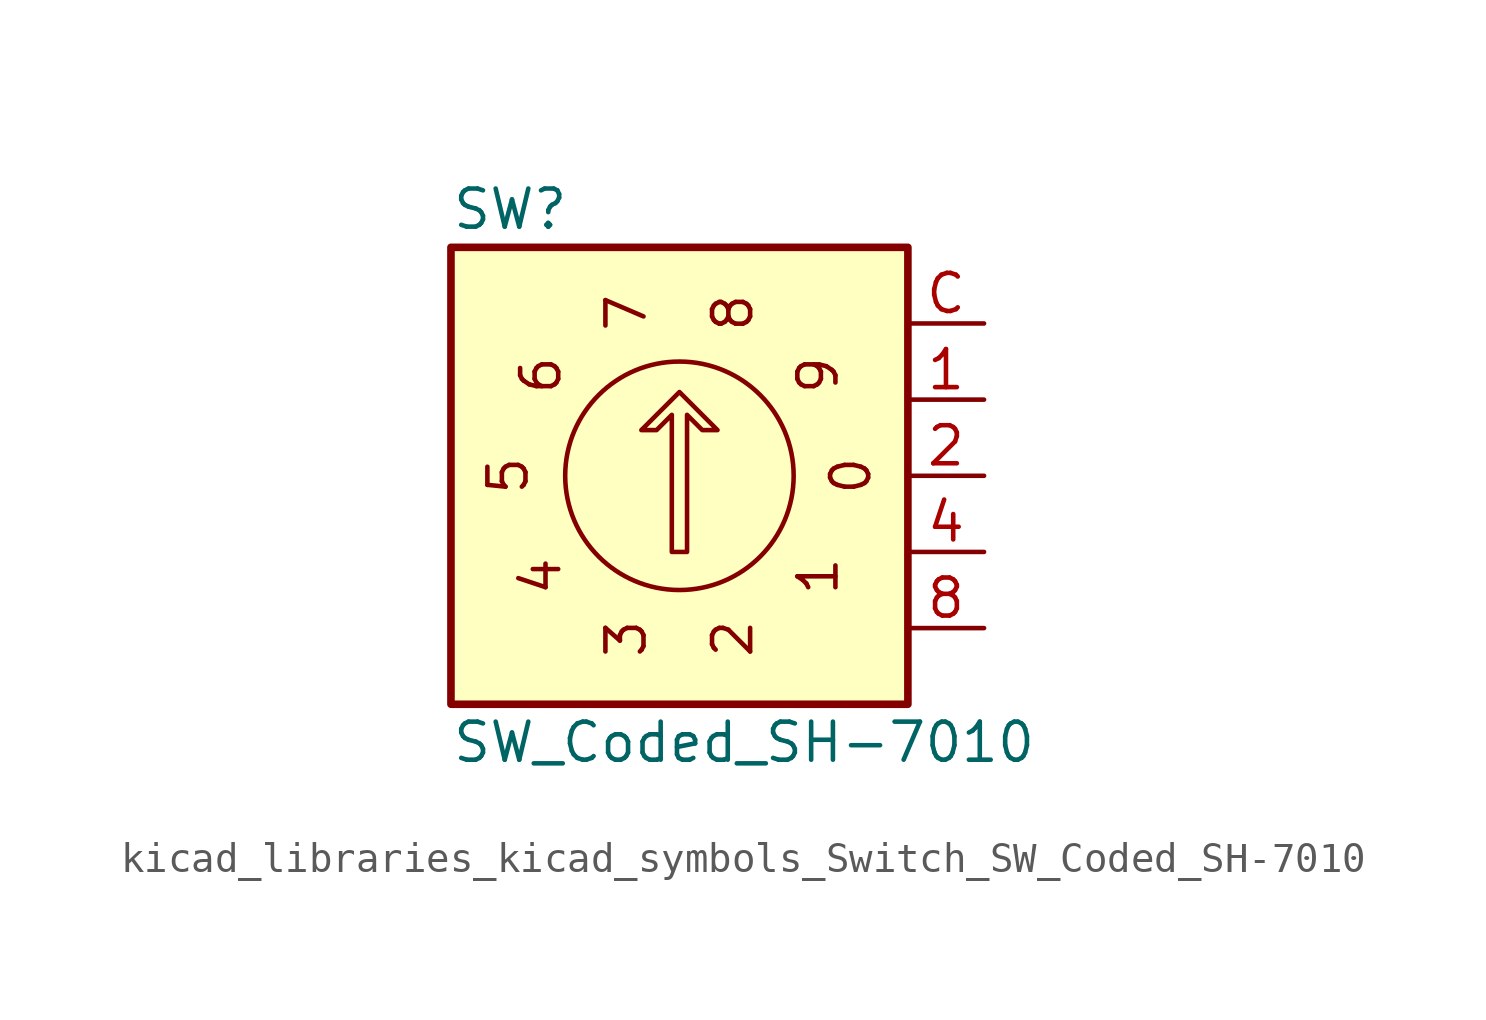
<source format=kicad_sym>
(kicad_symbol_lib
  (version 20220914)
  (generator kicad_symbol_editor)
  (symbol "kicad_libraries_kicad_symbols_Switch_SW_Coded_SH-7010"
    (pin_names hide)
    (property "Reference" "SW"
      (at -7.62 8.89 0)
      (effects (font (size 1.27 1.27)) (justify left)))
    (property "Value" "SW_Coded_SH-7010"
      (at -7.62 -8.89 0)
      (effects (font (size 1.27 1.27)) (justify left)))
    (symbol "kicad_libraries_kicad_symbols_Switch_SW_Coded_SH-7010_0_0"
      (text "0" (at 5.715 0 2700) (effects (font (size 1.27 1.27))))
      (text "1" (at 4.623 -3.353 2340) (effects (font (size 1.27 1.27))))
      (text "2" (at 1.778 -5.436 1980) (effects (font (size 1.27 1.27))))
      (text "3" (at -1.778 -5.436 1620) (effects (font (size 1.27 1.27))))
      (text "4" (at -4.623 -3.353 1260) (effects (font (size 1.27 1.27))))
      (text "5" (at -5.715 0 900) (effects (font (size 1.27 1.27))))
      (text "6" (at -4.623 3.353 540) (effects (font (size 1.27 1.27))))
      (text "7" (at -1.778 5.436 180) (effects (font (size 1.27 1.27))))
      (text "8" (at 1.778 5.436 3420) (effects (font (size 1.27 1.27))))
      (text "9" (at 4.623 3.353 3060) (effects (font (size 1.27 1.27)))))
    (symbol "kicad_libraries_kicad_symbols_Switch_SW_Coded_SH-7010_0_1"
      (polyline (pts (xy -0.254 -2.54) (xy -0.254 2.032) (xy -0.762 1.524) (xy -1.27 1.524) (xy 0 2.794) (xy 1.27 1.524) (xy 0.762 1.524) (xy 0.254 2.032) (xy 0.254 -2.54) (xy -0.254 -2.54) (xy -0.254 -2.54)) (stroke (width 0) (type default)) (fill (type none)))
      (circle (center 0 0) (radius 3.81) (stroke (width 0) (type default)) (fill (type none)))
      (rectangle (start 7.62 7.62) (end -7.62 -7.62) (stroke (width 0.254) (type default)) (fill (type background))))
    (symbol "kicad_libraries_kicad_symbols_Switch_SW_Coded_SH-7010_1_1"
      (pin passive line (at 10.16 2.54 180) (length 2.54) (name "1" (effects (font (size 1.27 1.27)))) (number "1" (effects (font (size 1.27 1.27)))))
      (pin passive line (at 10.16 0 180) (length 2.54) (name "2" (effects (font (size 1.27 1.27)))) (number "2" (effects (font (size 1.27 1.27)))))
      (pin passive line (at 10.16 -2.54 180) (length 2.54) (name "4" (effects (font (size 1.27 1.27)))) (number "4" (effects (font (size 1.27 1.27)))))
      (pin passive line (at 10.16 -5.08 180) (length 2.54) (name "8" (effects (font (size 1.27 1.27)))) (number "8" (effects (font (size 1.27 1.27)))))
      (pin passive line (at 10.16 5.08 180) (length 2.54) (name "C" (effects (font (size 1.27 1.27)))) (number "C" (effects (font (size 1.27 1.27))))))))
</source>
